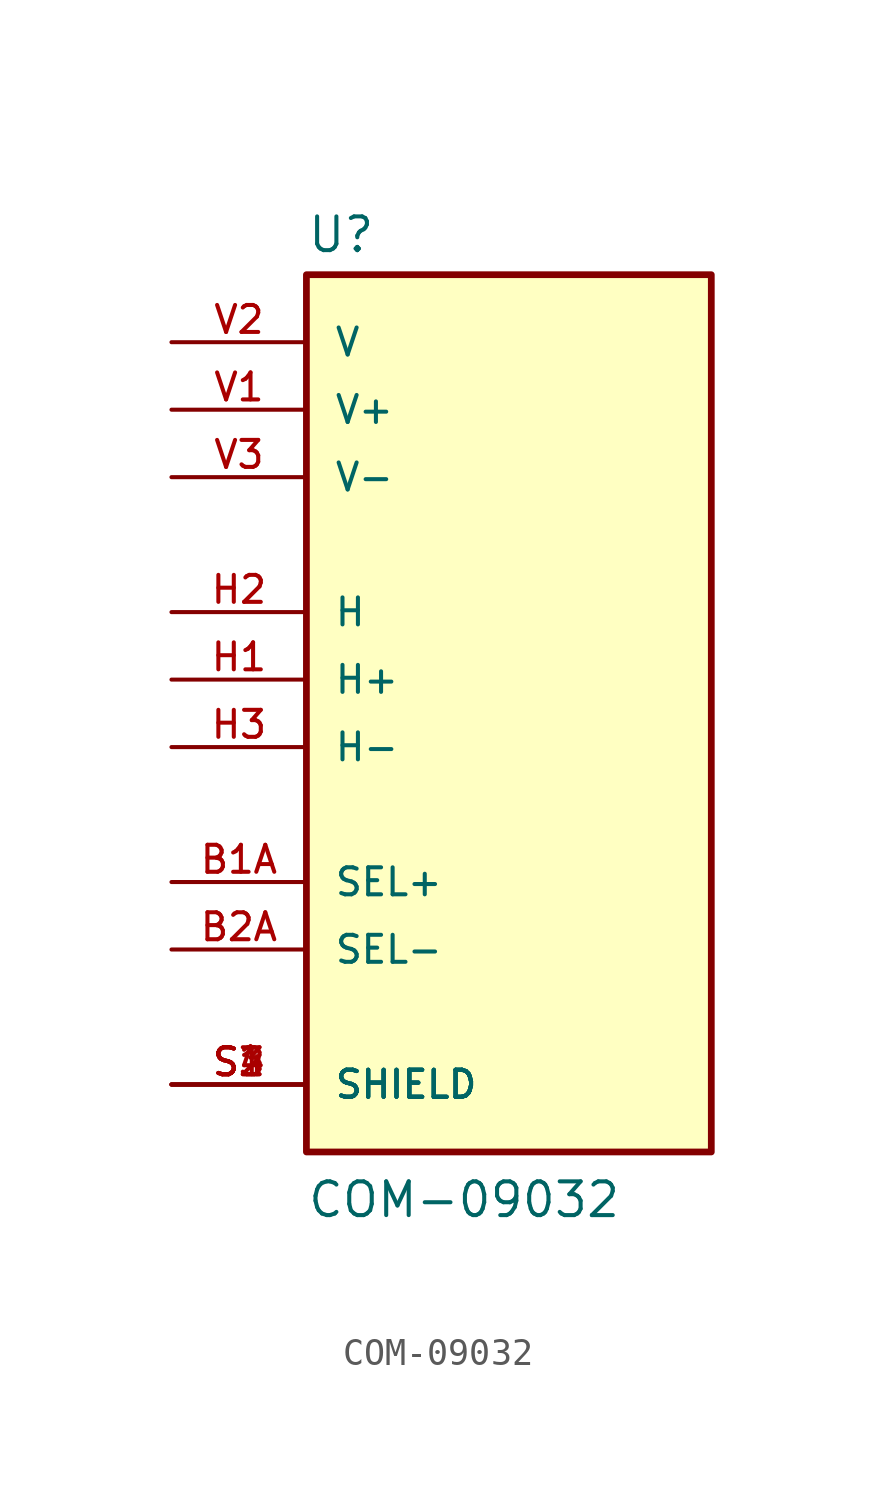
<source format=kicad_sym>
(kicad_symbol_lib
  (version 20220914)
  (generator kicad_symbol_editor)
  (symbol "COM-09032"
    (pin_names
      (offset 1.016))
    (property "Reference" "U"
      (at -7.62 16.002 0)
      (effects (font (size 1.27 1.27)) (justify left bottom)))
    (property "Value" "COM-09032"
      (at -7.62 -20.32 0)
      (effects (font (size 1.27 1.27)) (justify left bottom)))
    (symbol "COM-09032_0_0"
      (rectangle (start -7.62 -17.78) (end 7.62 15.24) (stroke (width 0.254) (type default)) (fill (type background)))
      (pin passive line (at -12.7 -7.62 0) (length 5.08) (name "SEL+" (effects (font (size 1.016 1.016)))) (number "B1A" (effects (font (size 1.016 1.016)))))
      (pin passive line (at -12.7 -10.16 0) (length 5.08) (name "SEL-" (effects (font (size 1.016 1.016)))) (number "B2A" (effects (font (size 1.016 1.016)))))
      (pin passive line (at -12.7 0 0) (length 5.08) (name "H+" (effects (font (size 1.016 1.016)))) (number "H1" (effects (font (size 1.016 1.016)))))
      (pin passive line (at -12.7 2.54 0) (length 5.08) (name "H" (effects (font (size 1.016 1.016)))) (number "H2" (effects (font (size 1.016 1.016)))))
      (pin passive line (at -12.7 -2.54 0) (length 5.08) (name "H-" (effects (font (size 1.016 1.016)))) (number "H3" (effects (font (size 1.016 1.016)))))
      (pin passive line (at -12.7 -15.24 0) (length 5.08) (name "SHIELD" (effects (font (size 1.016 1.016)))) (number "S1" (effects (font (size 1.016 1.016)))))
      (pin passive line (at -12.7 -15.24 0) (length 5.08) (name "SHIELD" (effects (font (size 1.016 1.016)))) (number "S2" (effects (font (size 1.016 1.016)))))
      (pin passive line (at -12.7 -15.24 0) (length 5.08) (name "SHIELD" (effects (font (size 1.016 1.016)))) (number "S3" (effects (font (size 1.016 1.016)))))
      (pin passive line (at -12.7 -15.24 0) (length 5.08) (name "SHIELD" (effects (font (size 1.016 1.016)))) (number "S4" (effects (font (size 1.016 1.016)))))
      (pin passive line (at -12.7 10.16 0) (length 5.08) (name "V+" (effects (font (size 1.016 1.016)))) (number "V1" (effects (font (size 1.016 1.016)))))
      (pin passive line (at -12.7 12.7 0) (length 5.08) (name "V" (effects (font (size 1.016 1.016)))) (number "V2" (effects (font (size 1.016 1.016)))))
      (pin passive line (at -12.7 7.62 0) (length 5.08) (name "V-" (effects (font (size 1.016 1.016)))) (number "V3" (effects (font (size 1.016 1.016))))))))
</source>
